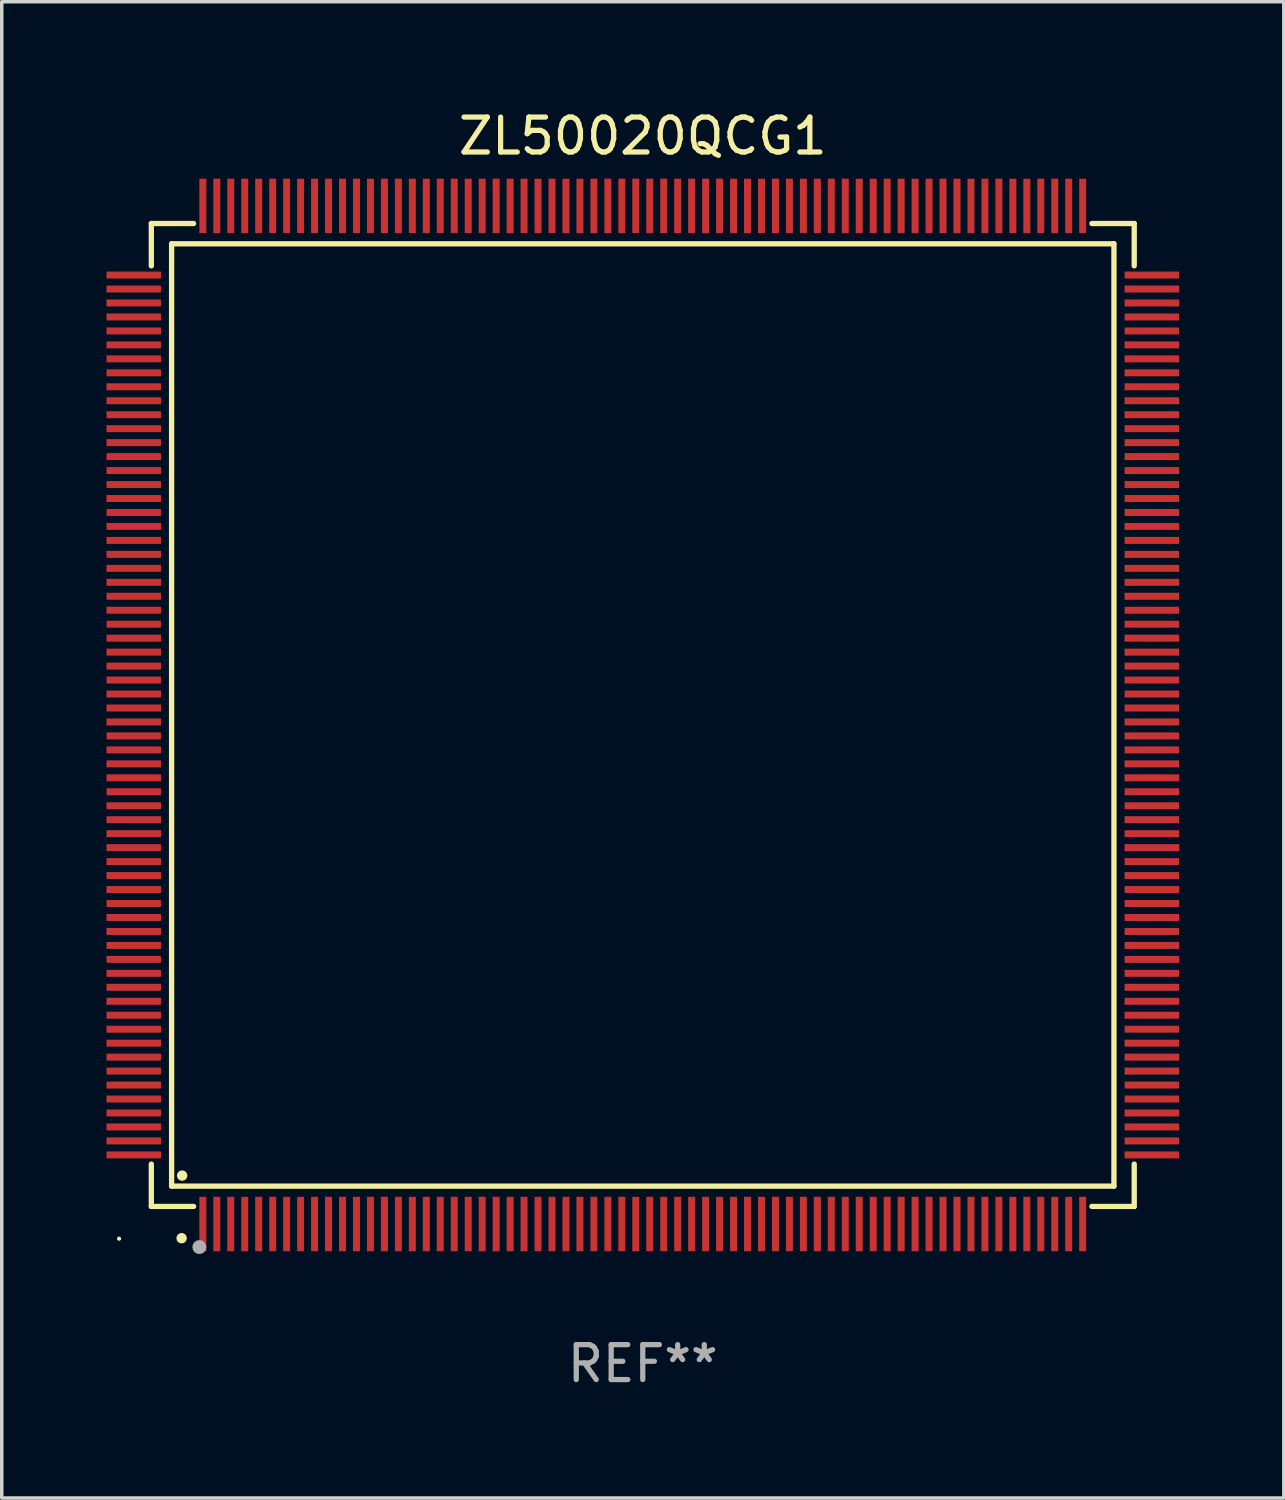
<source format=kicad_pcb>
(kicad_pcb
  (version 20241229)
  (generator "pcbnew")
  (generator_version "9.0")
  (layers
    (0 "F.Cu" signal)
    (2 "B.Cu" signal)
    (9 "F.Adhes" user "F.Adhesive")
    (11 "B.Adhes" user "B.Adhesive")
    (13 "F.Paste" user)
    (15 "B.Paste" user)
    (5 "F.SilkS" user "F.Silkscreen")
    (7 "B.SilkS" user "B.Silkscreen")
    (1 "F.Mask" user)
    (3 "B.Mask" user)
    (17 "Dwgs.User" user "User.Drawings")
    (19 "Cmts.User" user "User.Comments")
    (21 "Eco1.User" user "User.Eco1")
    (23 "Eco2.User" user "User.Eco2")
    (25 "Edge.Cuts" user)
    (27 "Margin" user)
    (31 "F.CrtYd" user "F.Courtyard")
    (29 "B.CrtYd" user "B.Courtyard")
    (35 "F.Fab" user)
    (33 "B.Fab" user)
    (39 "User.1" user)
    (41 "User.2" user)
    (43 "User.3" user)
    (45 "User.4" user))
  (footprint "ZL50020QCG1"
    (layer "F.Cu")
    (at 15.36 17.428)
    (property "Reference" "ZL50020QCG1" (at 0 -16.58 0) (layer "F.SilkS") (effects (font (size 1 1) (thickness 0.15))))
    (attr through_hole)
    (fp_line (start -14.076 -14.076) (end -14.076 -12.864) (stroke (width 0.152) (type solid)) (layer "F.SilkS"))
    (fp_line (start -14.076 14.076) (end -14.076 12.864) (stroke (width 0.152) (type solid)) (layer "F.SilkS"))
    (fp_line (start -13.495 -13.495) (end 13.495 -13.495) (stroke (width 0.152) (type solid)) (layer "F.SilkS"))
    (fp_line (start -13.495 13.495) (end -13.495 -13.495) (stroke (width 0.152) (type solid)) (layer "F.SilkS"))
    (fp_line (start -12.864 -14.076) (end -14.076 -14.076) (stroke (width 0.152) (type solid)) (layer "F.SilkS"))
    (fp_line (start -12.864 14.076) (end -14.076 14.076) (stroke (width 0.152) (type solid)) (layer "F.SilkS"))
    (fp_line (start 12.864 -14.076) (end 14.076 -14.076) (stroke (width 0.152) (type solid)) (layer "F.SilkS"))
    (fp_line (start 12.864 14.076) (end 14.076 14.076) (stroke (width 0.152) (type solid)) (layer "F.SilkS"))
    (fp_line (start 13.495 -13.495) (end 13.495 13.495) (stroke (width 0.152) (type solid)) (layer "F.SilkS"))
    (fp_line (start 13.495 13.495) (end -13.495 13.495) (stroke (width 0.152) (type solid)) (layer "F.SilkS"))
    (fp_line (start 14.076 -14.076) (end 14.076 -12.864) (stroke (width 0.152) (type solid)) (layer "F.SilkS"))
    (fp_line (start 14.076 14.076) (end 14.076 12.864) (stroke (width 0.152) (type solid)) (layer "F.SilkS"))
    (fp_circle (center -15 15) (end -14.97 15) (stroke (width 0.06) (type solid)) (fill no) (layer "F.SilkS"))
    (fp_circle (center -13.208 14.986) (end -13.133 14.986) (stroke (width 0.15) (type solid)) (fill no) (layer "F.SilkS"))
    (fp_circle (center -13.193 13.193) (end -13.118 13.193) (stroke (width 0.15) (type solid)) (fill no) (layer "F.SilkS"))
    (fp_circle (center -12.7 15.24) (end -12.6 15.24) (stroke (width 0.2) (type solid)) (fill no) (layer "F.Fab"))
    (fp_text user "REF**" (at 0 18.58 0) (layer "F.Fab") (effects (font (size 1 1) (thickness 0.15))))
    (pad "1" smd rect (at -12.6 14.58) (size 0.2 1.56) (layers "F.Cu" "F.Mask" "F.Paste"))
    (pad "2" smd rect (at -12.2 14.58) (size 0.2 1.56) (layers "F.Cu" "F.Mask" "F.Paste"))
    (pad "3" smd rect (at -11.8 14.58) (size 0.2 1.56) (layers "F.Cu" "F.Mask" "F.Paste"))
    (pad "4" smd rect (at -11.4 14.58) (size 0.2 1.56) (layers "F.Cu" "F.Mask" "F.Paste"))
    (pad "5" smd rect (at -11 14.58) (size 0.2 1.56) (layers "F.Cu" "F.Mask" "F.Paste"))
    (pad "6" smd rect (at -10.6 14.58) (size 0.2 1.56) (layers "F.Cu" "F.Mask" "F.Paste"))
    (pad "7" smd rect (at -10.2 14.58) (size 0.2 1.56) (layers "F.Cu" "F.Mask" "F.Paste"))
    (pad "8" smd rect (at -9.8 14.58) (size 0.2 1.56) (layers "F.Cu" "F.Mask" "F.Paste"))
    (pad "9" smd rect (at -9.4 14.58) (size 0.2 1.56) (layers "F.Cu" "F.Mask" "F.Paste"))
    (pad "10" smd rect (at -9 14.58) (size 0.2 1.56) (layers "F.Cu" "F.Mask" "F.Paste"))
    (pad "11" smd rect (at -8.6 14.58) (size 0.2 1.56) (layers "F.Cu" "F.Mask" "F.Paste"))
    (pad "12" smd rect (at -8.2 14.58) (size 0.2 1.56) (layers "F.Cu" "F.Mask" "F.Paste"))
    (pad "13" smd rect (at -7.8 14.58) (size 0.2 1.56) (layers "F.Cu" "F.Mask" "F.Paste"))
    (pad "14" smd rect (at -7.4 14.58) (size 0.2 1.56) (layers "F.Cu" "F.Mask" "F.Paste"))
    (pad "15" smd rect (at -7 14.58) (size 0.2 1.56) (layers "F.Cu" "F.Mask" "F.Paste"))
    (pad "16" smd rect (at -6.6 14.58) (size 0.2 1.56) (layers "F.Cu" "F.Mask" "F.Paste"))
    (pad "17" smd rect (at -6.2 14.58) (size 0.2 1.56) (layers "F.Cu" "F.Mask" "F.Paste"))
    (pad "18" smd rect (at -5.8 14.58) (size 0.2 1.56) (layers "F.Cu" "F.Mask" "F.Paste"))
    (pad "19" smd rect (at -5.4 14.58) (size 0.2 1.56) (layers "F.Cu" "F.Mask" "F.Paste"))
    (pad "20" smd rect (at -5 14.58) (size 0.2 1.56) (layers "F.Cu" "F.Mask" "F.Paste"))
    (pad "21" smd rect (at -4.6 14.58) (size 0.2 1.56) (layers "F.Cu" "F.Mask" "F.Paste"))
    (pad "22" smd rect (at -4.2 14.58) (size 0.2 1.56) (layers "F.Cu" "F.Mask" "F.Paste"))
    (pad "23" smd rect (at -3.8 14.58) (size 0.2 1.56) (layers "F.Cu" "F.Mask" "F.Paste"))
    (pad "24" smd rect (at -3.4 14.58) (size 0.2 1.56) (layers "F.Cu" "F.Mask" "F.Paste"))
    (pad "25" smd rect (at -3 14.58) (size 0.2 1.56) (layers "F.Cu" "F.Mask" "F.Paste"))
    (pad "26" smd rect (at -2.6 14.58) (size 0.2 1.56) (layers "F.Cu" "F.Mask" "F.Paste"))
    (pad "27" smd rect (at -2.2 14.58) (size 0.2 1.56) (layers "F.Cu" "F.Mask" "F.Paste"))
    (pad "28" smd rect (at -1.8 14.58) (size 0.2 1.56) (layers "F.Cu" "F.Mask" "F.Paste"))
    (pad "29" smd rect (at -1.4 14.58) (size 0.2 1.56) (layers "F.Cu" "F.Mask" "F.Paste"))
    (pad "30" smd rect (at -1 14.58) (size 0.2 1.56) (layers "F.Cu" "F.Mask" "F.Paste"))
    (pad "31" smd rect (at -0.6 14.58) (size 0.2 1.56) (layers "F.Cu" "F.Mask" "F.Paste"))
    (pad "32" smd rect (at -0.2 14.58) (size 0.2 1.56) (layers "F.Cu" "F.Mask" "F.Paste"))
    (pad "33" smd rect (at 0.2 14.58) (size 0.2 1.56) (layers "F.Cu" "F.Mask" "F.Paste"))
    (pad "34" smd rect (at 0.6 14.58) (size 0.2 1.56) (layers "F.Cu" "F.Mask" "F.Paste"))
    (pad "35" smd rect (at 1 14.58) (size 0.2 1.56) (layers "F.Cu" "F.Mask" "F.Paste"))
    (pad "36" smd rect (at 1.4 14.58) (size 0.2 1.56) (layers "F.Cu" "F.Mask" "F.Paste"))
    (pad "37" smd rect (at 1.8 14.58) (size 0.2 1.56) (layers "F.Cu" "F.Mask" "F.Paste"))
    (pad "38" smd rect (at 2.2 14.58) (size 0.2 1.56) (layers "F.Cu" "F.Mask" "F.Paste"))
    (pad "39" smd rect (at 2.6 14.58) (size 0.2 1.56) (layers "F.Cu" "F.Mask" "F.Paste"))
    (pad "40" smd rect (at 3 14.58) (size 0.2 1.56) (layers "F.Cu" "F.Mask" "F.Paste"))
    (pad "41" smd rect (at 3.4 14.58) (size 0.2 1.56) (layers "F.Cu" "F.Mask" "F.Paste"))
    (pad "42" smd rect (at 3.8 14.58) (size 0.2 1.56) (layers "F.Cu" "F.Mask" "F.Paste"))
    (pad "43" smd rect (at 4.2 14.58) (size 0.2 1.56) (layers "F.Cu" "F.Mask" "F.Paste"))
    (pad "44" smd rect (at 4.6 14.58) (size 0.2 1.56) (layers "F.Cu" "F.Mask" "F.Paste"))
    (pad "45" smd rect (at 5 14.58) (size 0.2 1.56) (layers "F.Cu" "F.Mask" "F.Paste"))
    (pad "46" smd rect (at 5.4 14.58) (size 0.2 1.56) (layers "F.Cu" "F.Mask" "F.Paste"))
    (pad "47" smd rect (at 5.8 14.58) (size 0.2 1.56) (layers "F.Cu" "F.Mask" "F.Paste"))
    (pad "48" smd rect (at 6.2 14.58) (size 0.2 1.56) (layers "F.Cu" "F.Mask" "F.Paste"))
    (pad "49" smd rect (at 6.6 14.58) (size 0.2 1.56) (layers "F.Cu" "F.Mask" "F.Paste"))
    (pad "50" smd rect (at 7 14.58) (size 0.2 1.56) (layers "F.Cu" "F.Mask" "F.Paste"))
    (pad "51" smd rect (at 7.4 14.58) (size 0.2 1.56) (layers "F.Cu" "F.Mask" "F.Paste"))
    (pad "52" smd rect (at 7.8 14.58) (size 0.2 1.56) (layers "F.Cu" "F.Mask" "F.Paste"))
    (pad "53" smd rect (at 8.2 14.58) (size 0.2 1.56) (layers "F.Cu" "F.Mask" "F.Paste"))
    (pad "54" smd rect (at 8.6 14.58) (size 0.2 1.56) (layers "F.Cu" "F.Mask" "F.Paste"))
    (pad "55" smd rect (at 9 14.58) (size 0.2 1.56) (layers "F.Cu" "F.Mask" "F.Paste"))
    (pad "56" smd rect (at 9.4 14.58) (size 0.2 1.56) (layers "F.Cu" "F.Mask" "F.Paste"))
    (pad "57" smd rect (at 9.8 14.58) (size 0.2 1.56) (layers "F.Cu" "F.Mask" "F.Paste"))
    (pad "58" smd rect (at 10.2 14.58) (size 0.2 1.56) (layers "F.Cu" "F.Mask" "F.Paste"))
    (pad "59" smd rect (at 10.6 14.58) (size 0.2 1.56) (layers "F.Cu" "F.Mask" "F.Paste"))
    (pad "60" smd rect (at 11 14.58) (size 0.2 1.56) (layers "F.Cu" "F.Mask" "F.Paste"))
    (pad "61" smd rect (at 11.4 14.58) (size 0.2 1.56) (layers "F.Cu" "F.Mask" "F.Paste"))
    (pad "62" smd rect (at 11.8 14.58) (size 0.2 1.56) (layers "F.Cu" "F.Mask" "F.Paste"))
    (pad "63" smd rect (at 12.2 14.58) (size 0.2 1.56) (layers "F.Cu" "F.Mask" "F.Paste"))
    (pad "64" smd rect (at 12.6 14.58) (size 0.2 1.56) (layers "F.Cu" "F.Mask" "F.Paste"))
    (pad "65" smd rect (at 14.58 12.6) (size 1.56 0.2) (layers "F.Cu" "F.Mask" "F.Paste"))
    (pad "66" smd rect (at 14.58 12.2) (size 1.56 0.2) (layers "F.Cu" "F.Mask" "F.Paste"))
    (pad "67" smd rect (at 14.58 11.8) (size 1.56 0.2) (layers "F.Cu" "F.Mask" "F.Paste"))
    (pad "68" smd rect (at 14.58 11.4) (size 1.56 0.2) (layers "F.Cu" "F.Mask" "F.Paste"))
    (pad "69" smd rect (at 14.58 11) (size 1.56 0.2) (layers "F.Cu" "F.Mask" "F.Paste"))
    (pad "70" smd rect (at 14.58 10.6) (size 1.56 0.2) (layers "F.Cu" "F.Mask" "F.Paste"))
    (pad "71" smd rect (at 14.58 10.2) (size 1.56 0.2) (layers "F.Cu" "F.Mask" "F.Paste"))
    (pad "72" smd rect (at 14.58 9.8) (size 1.56 0.2) (layers "F.Cu" "F.Mask" "F.Paste"))
    (pad "73" smd rect (at 14.58 9.4) (size 1.56 0.2) (layers "F.Cu" "F.Mask" "F.Paste"))
    (pad "74" smd rect (at 14.58 9) (size 1.56 0.2) (layers "F.Cu" "F.Mask" "F.Paste"))
    (pad "75" smd rect (at 14.58 8.6) (size 1.56 0.2) (layers "F.Cu" "F.Mask" "F.Paste"))
    (pad "76" smd rect (at 14.58 8.2) (size 1.56 0.2) (layers "F.Cu" "F.Mask" "F.Paste"))
    (pad "77" smd rect (at 14.58 7.8) (size 1.56 0.2) (layers "F.Cu" "F.Mask" "F.Paste"))
    (pad "78" smd rect (at 14.58 7.4) (size 1.56 0.2) (layers "F.Cu" "F.Mask" "F.Paste"))
    (pad "79" smd rect (at 14.58 7) (size 1.56 0.2) (layers "F.Cu" "F.Mask" "F.Paste"))
    (pad "80" smd rect (at 14.58 6.6) (size 1.56 0.2) (layers "F.Cu" "F.Mask" "F.Paste"))
    (pad "81" smd rect (at 14.58 6.2) (size 1.56 0.2) (layers "F.Cu" "F.Mask" "F.Paste"))
    (pad "82" smd rect (at 14.58 5.8) (size 1.56 0.2) (layers "F.Cu" "F.Mask" "F.Paste"))
    (pad "83" smd rect (at 14.58 5.4) (size 1.56 0.2) (layers "F.Cu" "F.Mask" "F.Paste"))
    (pad "84" smd rect (at 14.58 5) (size 1.56 0.2) (layers "F.Cu" "F.Mask" "F.Paste"))
    (pad "85" smd rect (at 14.58 4.6) (size 1.56 0.2) (layers "F.Cu" "F.Mask" "F.Paste"))
    (pad "86" smd rect (at 14.58 4.2) (size 1.56 0.2) (layers "F.Cu" "F.Mask" "F.Paste"))
    (pad "87" smd rect (at 14.58 3.8) (size 1.56 0.2) (layers "F.Cu" "F.Mask" "F.Paste"))
    (pad "88" smd rect (at 14.58 3.4) (size 1.56 0.2) (layers "F.Cu" "F.Mask" "F.Paste"))
    (pad "89" smd rect (at 14.58 3) (size 1.56 0.2) (layers "F.Cu" "F.Mask" "F.Paste"))
    (pad "90" smd rect (at 14.58 2.6) (size 1.56 0.2) (layers "F.Cu" "F.Mask" "F.Paste"))
    (pad "91" smd rect (at 14.58 2.2) (size 1.56 0.2) (layers "F.Cu" "F.Mask" "F.Paste"))
    (pad "92" smd rect (at 14.58 1.8) (size 1.56 0.2) (layers "F.Cu" "F.Mask" "F.Paste"))
    (pad "93" smd rect (at 14.58 1.4) (size 1.56 0.2) (layers "F.Cu" "F.Mask" "F.Paste"))
    (pad "94" smd rect (at 14.58 1) (size 1.56 0.2) (layers "F.Cu" "F.Mask" "F.Paste"))
    (pad "95" smd rect (at 14.58 0.6) (size 1.56 0.2) (layers "F.Cu" "F.Mask" "F.Paste"))
    (pad "96" smd rect (at 14.58 0.2) (size 1.56 0.2) (layers "F.Cu" "F.Mask" "F.Paste"))
    (pad "97" smd rect (at 14.58 -0.2) (size 1.56 0.2) (layers "F.Cu" "F.Mask" "F.Paste"))
    (pad "98" smd rect (at 14.58 -0.6) (size 1.56 0.2) (layers "F.Cu" "F.Mask" "F.Paste"))
    (pad "99" smd rect (at 14.58 -1) (size 1.56 0.2) (layers "F.Cu" "F.Mask" "F.Paste"))
    (pad "100" smd rect (at 14.58 -1.4) (size 1.56 0.2) (layers "F.Cu" "F.Mask" "F.Paste"))
    (pad "101" smd rect (at 14.58 -1.8) (size 1.56 0.2) (layers "F.Cu" "F.Mask" "F.Paste"))
    (pad "102" smd rect (at 14.58 -2.2) (size 1.56 0.2) (layers "F.Cu" "F.Mask" "F.Paste"))
    (pad "103" smd rect (at 14.58 -2.6) (size 1.56 0.2) (layers "F.Cu" "F.Mask" "F.Paste"))
    (pad "104" smd rect (at 14.58 -3) (size 1.56 0.2) (layers "F.Cu" "F.Mask" "F.Paste"))
    (pad "105" smd rect (at 14.58 -3.4) (size 1.56 0.2) (layers "F.Cu" "F.Mask" "F.Paste"))
    (pad "106" smd rect (at 14.58 -3.8) (size 1.56 0.2) (layers "F.Cu" "F.Mask" "F.Paste"))
    (pad "107" smd rect (at 14.58 -4.2) (size 1.56 0.2) (layers "F.Cu" "F.Mask" "F.Paste"))
    (pad "108" smd rect (at 14.58 -4.6) (size 1.56 0.2) (layers "F.Cu" "F.Mask" "F.Paste"))
    (pad "109" smd rect (at 14.58 -5) (size 1.56 0.2) (layers "F.Cu" "F.Mask" "F.Paste"))
    (pad "110" smd rect (at 14.58 -5.4) (size 1.56 0.2) (layers "F.Cu" "F.Mask" "F.Paste"))
    (pad "111" smd rect (at 14.58 -5.8) (size 1.56 0.2) (layers "F.Cu" "F.Mask" "F.Paste"))
    (pad "112" smd rect (at 14.58 -6.2) (size 1.56 0.2) (layers "F.Cu" "F.Mask" "F.Paste"))
    (pad "113" smd rect (at 14.58 -6.6) (size 1.56 0.2) (layers "F.Cu" "F.Mask" "F.Paste"))
    (pad "114" smd rect (at 14.58 -7) (size 1.56 0.2) (layers "F.Cu" "F.Mask" "F.Paste"))
    (pad "115" smd rect (at 14.58 -7.4) (size 1.56 0.2) (layers "F.Cu" "F.Mask" "F.Paste"))
    (pad "116" smd rect (at 14.58 -7.8) (size 1.56 0.2) (layers "F.Cu" "F.Mask" "F.Paste"))
    (pad "117" smd rect (at 14.58 -8.2) (size 1.56 0.2) (layers "F.Cu" "F.Mask" "F.Paste"))
    (pad "118" smd rect (at 14.58 -8.6) (size 1.56 0.2) (layers "F.Cu" "F.Mask" "F.Paste"))
    (pad "119" smd rect (at 14.58 -9) (size 1.56 0.2) (layers "F.Cu" "F.Mask" "F.Paste"))
    (pad "120" smd rect (at 14.58 -9.4) (size 1.56 0.2) (layers "F.Cu" "F.Mask" "F.Paste"))
    (pad "121" smd rect (at 14.58 -9.8) (size 1.56 0.2) (layers "F.Cu" "F.Mask" "F.Paste"))
    (pad "122" smd rect (at 14.58 -10.2) (size 1.56 0.2) (layers "F.Cu" "F.Mask" "F.Paste"))
    (pad "123" smd rect (at 14.58 -10.6) (size 1.56 0.2) (layers "F.Cu" "F.Mask" "F.Paste"))
    (pad "124" smd rect (at 14.58 -11) (size 1.56 0.2) (layers "F.Cu" "F.Mask" "F.Paste"))
    (pad "125" smd rect (at 14.58 -11.4) (size 1.56 0.2) (layers "F.Cu" "F.Mask" "F.Paste"))
    (pad "126" smd rect (at 14.58 -11.8) (size 1.56 0.2) (layers "F.Cu" "F.Mask" "F.Paste"))
    (pad "127" smd rect (at 14.58 -12.2) (size 1.56 0.2) (layers "F.Cu" "F.Mask" "F.Paste"))
    (pad "128" smd rect (at 14.58 -12.6) (size 1.56 0.2) (layers "F.Cu" "F.Mask" "F.Paste"))
    (pad "129" smd rect (at 12.6 -14.58) (size 0.2 1.56) (layers "F.Cu" "F.Mask" "F.Paste"))
    (pad "130" smd rect (at 12.2 -14.58) (size 0.2 1.56) (layers "F.Cu" "F.Mask" "F.Paste"))
    (pad "131" smd rect (at 11.8 -14.58) (size 0.2 1.56) (layers "F.Cu" "F.Mask" "F.Paste"))
    (pad "132" smd rect (at 11.4 -14.58) (size 0.2 1.56) (layers "F.Cu" "F.Mask" "F.Paste"))
    (pad "133" smd rect (at 11 -14.58) (size 0.2 1.56) (layers "F.Cu" "F.Mask" "F.Paste"))
    (pad "134" smd rect (at 10.6 -14.58) (size 0.2 1.56) (layers "F.Cu" "F.Mask" "F.Paste"))
    (pad "135" smd rect (at 10.2 -14.58) (size 0.2 1.56) (layers "F.Cu" "F.Mask" "F.Paste"))
    (pad "136" smd rect (at 9.8 -14.58) (size 0.2 1.56) (layers "F.Cu" "F.Mask" "F.Paste"))
    (pad "137" smd rect (at 9.4 -14.58) (size 0.2 1.56) (layers "F.Cu" "F.Mask" "F.Paste"))
    (pad "138" smd rect (at 9 -14.58) (size 0.2 1.56) (layers "F.Cu" "F.Mask" "F.Paste"))
    (pad "139" smd rect (at 8.6 -14.58) (size 0.2 1.56) (layers "F.Cu" "F.Mask" "F.Paste"))
    (pad "140" smd rect (at 8.2 -14.58) (size 0.2 1.56) (layers "F.Cu" "F.Mask" "F.Paste"))
    (pad "141" smd rect (at 7.8 -14.58) (size 0.2 1.56) (layers "F.Cu" "F.Mask" "F.Paste"))
    (pad "142" smd rect (at 7.4 -14.58) (size 0.2 1.56) (layers "F.Cu" "F.Mask" "F.Paste"))
    (pad "143" smd rect (at 7 -14.58) (size 0.2 1.56) (layers "F.Cu" "F.Mask" "F.Paste"))
    (pad "144" smd rect (at 6.6 -14.58) (size 0.2 1.56) (layers "F.Cu" "F.Mask" "F.Paste"))
    (pad "145" smd rect (at 6.2 -14.58) (size 0.2 1.56) (layers "F.Cu" "F.Mask" "F.Paste"))
    (pad "146" smd rect (at 5.8 -14.58) (size 0.2 1.56) (layers "F.Cu" "F.Mask" "F.Paste"))
    (pad "147" smd rect (at 5.4 -14.58) (size 0.2 1.56) (layers "F.Cu" "F.Mask" "F.Paste"))
    (pad "148" smd rect (at 5 -14.58) (size 0.2 1.56) (layers "F.Cu" "F.Mask" "F.Paste"))
    (pad "149" smd rect (at 4.6 -14.58) (size 0.2 1.56) (layers "F.Cu" "F.Mask" "F.Paste"))
    (pad "150" smd rect (at 4.2 -14.58) (size 0.2 1.56) (layers "F.Cu" "F.Mask" "F.Paste"))
    (pad "151" smd rect (at 3.8 -14.58) (size 0.2 1.56) (layers "F.Cu" "F.Mask" "F.Paste"))
    (pad "152" smd rect (at 3.4 -14.58) (size 0.2 1.56) (layers "F.Cu" "F.Mask" "F.Paste"))
    (pad "153" smd rect (at 3 -14.58) (size 0.2 1.56) (layers "F.Cu" "F.Mask" "F.Paste"))
    (pad "154" smd rect (at 2.6 -14.58) (size 0.2 1.56) (layers "F.Cu" "F.Mask" "F.Paste"))
    (pad "155" smd rect (at 2.2 -14.58) (size 0.2 1.56) (layers "F.Cu" "F.Mask" "F.Paste"))
    (pad "156" smd rect (at 1.8 -14.58) (size 0.2 1.56) (layers "F.Cu" "F.Mask" "F.Paste"))
    (pad "157" smd rect (at 1.4 -14.58) (size 0.2 1.56) (layers "F.Cu" "F.Mask" "F.Paste"))
    (pad "158" smd rect (at 1 -14.58) (size 0.2 1.56) (layers "F.Cu" "F.Mask" "F.Paste"))
    (pad "159" smd rect (at 0.6 -14.58) (size 0.2 1.56) (layers "F.Cu" "F.Mask" "F.Paste"))
    (pad "160" smd rect (at 0.2 -14.58) (size 0.2 1.56) (layers "F.Cu" "F.Mask" "F.Paste"))
    (pad "161" smd rect (at -0.2 -14.58) (size 0.2 1.56) (layers "F.Cu" "F.Mask" "F.Paste"))
    (pad "162" smd rect (at -0.6 -14.58) (size 0.2 1.56) (layers "F.Cu" "F.Mask" "F.Paste"))
    (pad "163" smd rect (at -1 -14.58) (size 0.2 1.56) (layers "F.Cu" "F.Mask" "F.Paste"))
    (pad "164" smd rect (at -1.4 -14.58) (size 0.2 1.56) (layers "F.Cu" "F.Mask" "F.Paste"))
    (pad "165" smd rect (at -1.8 -14.58) (size 0.2 1.56) (layers "F.Cu" "F.Mask" "F.Paste"))
    (pad "166" smd rect (at -2.2 -14.58) (size 0.2 1.56) (layers "F.Cu" "F.Mask" "F.Paste"))
    (pad "167" smd rect (at -2.6 -14.58) (size 0.2 1.56) (layers "F.Cu" "F.Mask" "F.Paste"))
    (pad "168" smd rect (at -3 -14.58) (size 0.2 1.56) (layers "F.Cu" "F.Mask" "F.Paste"))
    (pad "169" smd rect (at -3.4 -14.58) (size 0.2 1.56) (layers "F.Cu" "F.Mask" "F.Paste"))
    (pad "170" smd rect (at -3.8 -14.58) (size 0.2 1.56) (layers "F.Cu" "F.Mask" "F.Paste"))
    (pad "171" smd rect (at -4.2 -14.58) (size 0.2 1.56) (layers "F.Cu" "F.Mask" "F.Paste"))
    (pad "172" smd rect (at -4.6 -14.58) (size 0.2 1.56) (layers "F.Cu" "F.Mask" "F.Paste"))
    (pad "173" smd rect (at -5 -14.58) (size 0.2 1.56) (layers "F.Cu" "F.Mask" "F.Paste"))
    (pad "174" smd rect (at -5.4 -14.58) (size 0.2 1.56) (layers "F.Cu" "F.Mask" "F.Paste"))
    (pad "175" smd rect (at -5.8 -14.58) (size 0.2 1.56) (layers "F.Cu" "F.Mask" "F.Paste"))
    (pad "176" smd rect (at -6.2 -14.58) (size 0.2 1.56) (layers "F.Cu" "F.Mask" "F.Paste"))
    (pad "177" smd rect (at -6.6 -14.58) (size 0.2 1.56) (layers "F.Cu" "F.Mask" "F.Paste"))
    (pad "178" smd rect (at -7 -14.58) (size 0.2 1.56) (layers "F.Cu" "F.Mask" "F.Paste"))
    (pad "179" smd rect (at -7.4 -14.58) (size 0.2 1.56) (layers "F.Cu" "F.Mask" "F.Paste"))
    (pad "180" smd rect (at -7.8 -14.58) (size 0.2 1.56) (layers "F.Cu" "F.Mask" "F.Paste"))
    (pad "181" smd rect (at -8.2 -14.58) (size 0.2 1.56) (layers "F.Cu" "F.Mask" "F.Paste"))
    (pad "182" smd rect (at -8.6 -14.58) (size 0.2 1.56) (layers "F.Cu" "F.Mask" "F.Paste"))
    (pad "183" smd rect (at -9 -14.58) (size 0.2 1.56) (layers "F.Cu" "F.Mask" "F.Paste"))
    (pad "184" smd rect (at -9.4 -14.58) (size 0.2 1.56) (layers "F.Cu" "F.Mask" "F.Paste"))
    (pad "185" smd rect (at -9.8 -14.58) (size 0.2 1.56) (layers "F.Cu" "F.Mask" "F.Paste"))
    (pad "186" smd rect (at -10.2 -14.58) (size 0.2 1.56) (layers "F.Cu" "F.Mask" "F.Paste"))
    (pad "187" smd rect (at -10.6 -14.58) (size 0.2 1.56) (layers "F.Cu" "F.Mask" "F.Paste"))
    (pad "188" smd rect (at -11 -14.58) (size 0.2 1.56) (layers "F.Cu" "F.Mask" "F.Paste"))
    (pad "189" smd rect (at -11.4 -14.58) (size 0.2 1.56) (layers "F.Cu" "F.Mask" "F.Paste"))
    (pad "190" smd rect (at -11.8 -14.58) (size 0.2 1.56) (layers "F.Cu" "F.Mask" "F.Paste"))
    (pad "191" smd rect (at -12.2 -14.58) (size 0.2 1.56) (layers "F.Cu" "F.Mask" "F.Paste"))
    (pad "192" smd rect (at -12.6 -14.58) (size 0.2 1.56) (layers "F.Cu" "F.Mask" "F.Paste"))
    (pad "193" smd rect (at -14.58 -12.6) (size 1.56 0.2) (layers "F.Cu" "F.Mask" "F.Paste"))
    (pad "194" smd rect (at -14.58 -12.2) (size 1.56 0.2) (layers "F.Cu" "F.Mask" "F.Paste"))
    (pad "195" smd rect (at -14.58 -11.8) (size 1.56 0.2) (layers "F.Cu" "F.Mask" "F.Paste"))
    (pad "196" smd rect (at -14.58 -11.4) (size 1.56 0.2) (layers "F.Cu" "F.Mask" "F.Paste"))
    (pad "197" smd rect (at -14.58 -11) (size 1.56 0.2) (layers "F.Cu" "F.Mask" "F.Paste"))
    (pad "198" smd rect (at -14.58 -10.6) (size 1.56 0.2) (layers "F.Cu" "F.Mask" "F.Paste"))
    (pad "199" smd rect (at -14.58 -10.2) (size 1.56 0.2) (layers "F.Cu" "F.Mask" "F.Paste"))
    (pad "200" smd rect (at -14.58 -9.8) (size 1.56 0.2) (layers "F.Cu" "F.Mask" "F.Paste"))
    (pad "201" smd rect (at -14.58 -9.4) (size 1.56 0.2) (layers "F.Cu" "F.Mask" "F.Paste"))
    (pad "202" smd rect (at -14.58 -9) (size 1.56 0.2) (layers "F.Cu" "F.Mask" "F.Paste"))
    (pad "203" smd rect (at -14.58 -8.6) (size 1.56 0.2) (layers "F.Cu" "F.Mask" "F.Paste"))
    (pad "204" smd rect (at -14.58 -8.2) (size 1.56 0.2) (layers "F.Cu" "F.Mask" "F.Paste"))
    (pad "205" smd rect (at -14.58 -7.8) (size 1.56 0.2) (layers "F.Cu" "F.Mask" "F.Paste"))
    (pad "206" smd rect (at -14.58 -7.4) (size 1.56 0.2) (layers "F.Cu" "F.Mask" "F.Paste"))
    (pad "207" smd rect (at -14.58 -7) (size 1.56 0.2) (layers "F.Cu" "F.Mask" "F.Paste"))
    (pad "208" smd rect (at -14.58 -6.6) (size 1.56 0.2) (layers "F.Cu" "F.Mask" "F.Paste"))
    (pad "209" smd rect (at -14.58 -6.2) (size 1.56 0.2) (layers "F.Cu" "F.Mask" "F.Paste"))
    (pad "210" smd rect (at -14.58 -5.8) (size 1.56 0.2) (layers "F.Cu" "F.Mask" "F.Paste"))
    (pad "211" smd rect (at -14.58 -5.4) (size 1.56 0.2) (layers "F.Cu" "F.Mask" "F.Paste"))
    (pad "212" smd rect (at -14.58 -5) (size 1.56 0.2) (layers "F.Cu" "F.Mask" "F.Paste"))
    (pad "213" smd rect (at -14.58 -4.6) (size 1.56 0.2) (layers "F.Cu" "F.Mask" "F.Paste"))
    (pad "214" smd rect (at -14.58 -4.2) (size 1.56 0.2) (layers "F.Cu" "F.Mask" "F.Paste"))
    (pad "215" smd rect (at -14.58 -3.8) (size 1.56 0.2) (layers "F.Cu" "F.Mask" "F.Paste"))
    (pad "216" smd rect (at -14.58 -3.4) (size 1.56 0.2) (layers "F.Cu" "F.Mask" "F.Paste"))
    (pad "217" smd rect (at -14.58 -3) (size 1.56 0.2) (layers "F.Cu" "F.Mask" "F.Paste"))
    (pad "218" smd rect (at -14.58 -2.6) (size 1.56 0.2) (layers "F.Cu" "F.Mask" "F.Paste"))
    (pad "219" smd rect (at -14.58 -2.2) (size 1.56 0.2) (layers "F.Cu" "F.Mask" "F.Paste"))
    (pad "220" smd rect (at -14.58 -1.8) (size 1.56 0.2) (layers "F.Cu" "F.Mask" "F.Paste"))
    (pad "221" smd rect (at -14.58 -1.4) (size 1.56 0.2) (layers "F.Cu" "F.Mask" "F.Paste"))
    (pad "222" smd rect (at -14.58 -1) (size 1.56 0.2) (layers "F.Cu" "F.Mask" "F.Paste"))
    (pad "223" smd rect (at -14.58 -0.6) (size 1.56 0.2) (layers "F.Cu" "F.Mask" "F.Paste"))
    (pad "224" smd rect (at -14.58 -0.2) (size 1.56 0.2) (layers "F.Cu" "F.Mask" "F.Paste"))
    (pad "225" smd rect (at -14.58 0.2) (size 1.56 0.2) (layers "F.Cu" "F.Mask" "F.Paste"))
    (pad "226" smd rect (at -14.58 0.6) (size 1.56 0.2) (layers "F.Cu" "F.Mask" "F.Paste"))
    (pad "227" smd rect (at -14.58 1) (size 1.56 0.2) (layers "F.Cu" "F.Mask" "F.Paste"))
    (pad "228" smd rect (at -14.58 1.4) (size 1.56 0.2) (layers "F.Cu" "F.Mask" "F.Paste"))
    (pad "229" smd rect (at -14.58 1.8) (size 1.56 0.2) (layers "F.Cu" "F.Mask" "F.Paste"))
    (pad "230" smd rect (at -14.58 2.2) (size 1.56 0.2) (layers "F.Cu" "F.Mask" "F.Paste"))
    (pad "231" smd rect (at -14.58 2.6) (size 1.56 0.2) (layers "F.Cu" "F.Mask" "F.Paste"))
    (pad "232" smd rect (at -14.58 3) (size 1.56 0.2) (layers "F.Cu" "F.Mask" "F.Paste"))
    (pad "233" smd rect (at -14.58 3.4) (size 1.56 0.2) (layers "F.Cu" "F.Mask" "F.Paste"))
    (pad "234" smd rect (at -14.58 3.8) (size 1.56 0.2) (layers "F.Cu" "F.Mask" "F.Paste"))
    (pad "235" smd rect (at -14.58 4.2) (size 1.56 0.2) (layers "F.Cu" "F.Mask" "F.Paste"))
    (pad "236" smd rect (at -14.58 4.6) (size 1.56 0.2) (layers "F.Cu" "F.Mask" "F.Paste"))
    (pad "237" smd rect (at -14.58 5) (size 1.56 0.2) (layers "F.Cu" "F.Mask" "F.Paste"))
    (pad "238" smd rect (at -14.58 5.4) (size 1.56 0.2) (layers "F.Cu" "F.Mask" "F.Paste"))
    (pad "239" smd rect (at -14.58 5.8) (size 1.56 0.2) (layers "F.Cu" "F.Mask" "F.Paste"))
    (pad "240" smd rect (at -14.58 6.2) (size 1.56 0.2) (layers "F.Cu" "F.Mask" "F.Paste"))
    (pad "241" smd rect (at -14.58 6.6) (size 1.56 0.2) (layers "F.Cu" "F.Mask" "F.Paste"))
    (pad "242" smd rect (at -14.58 7) (size 1.56 0.2) (layers "F.Cu" "F.Mask" "F.Paste"))
    (pad "243" smd rect (at -14.58 7.4) (size 1.56 0.2) (layers "F.Cu" "F.Mask" "F.Paste"))
    (pad "244" smd rect (at -14.58 7.8) (size 1.56 0.2) (layers "F.Cu" "F.Mask" "F.Paste"))
    (pad "245" smd rect (at -14.58 8.2) (size 1.56 0.2) (layers "F.Cu" "F.Mask" "F.Paste"))
    (pad "246" smd rect (at -14.58 8.6) (size 1.56 0.2) (layers "F.Cu" "F.Mask" "F.Paste"))
    (pad "247" smd rect (at -14.58 9) (size 1.56 0.2) (layers "F.Cu" "F.Mask" "F.Paste"))
    (pad "248" smd rect (at -14.58 9.4) (size 1.56 0.2) (layers "F.Cu" "F.Mask" "F.Paste"))
    (pad "249" smd rect (at -14.58 9.8) (size 1.56 0.2) (layers "F.Cu" "F.Mask" "F.Paste"))
    (pad "250" smd rect (at -14.58 10.2) (size 1.56 0.2) (layers "F.Cu" "F.Mask" "F.Paste"))
    (pad "251" smd rect (at -14.58 10.6) (size 1.56 0.2) (layers "F.Cu" "F.Mask" "F.Paste"))
    (pad "252" smd rect (at -14.58 11) (size 1.56 0.2) (layers "F.Cu" "F.Mask" "F.Paste"))
    (pad "253" smd rect (at -14.58 11.4) (size 1.56 0.2) (layers "F.Cu" "F.Mask" "F.Paste"))
    (pad "254" smd rect (at -14.58 11.8) (size 1.56 0.2) (layers "F.Cu" "F.Mask" "F.Paste"))
    (pad "255" smd rect (at -14.58 12.2) (size 1.56 0.2) (layers "F.Cu" "F.Mask" "F.Paste"))
    (pad "256" smd rect (at -14.58 12.6) (size 1.56 0.2) (layers "F.Cu" "F.Mask" "F.Paste")))
  (gr_rect
    (start -3 -3)
    (end 33.72 39.856)
    (stroke (width 0.1) (type default))
    (fill no)
    (layer "Edge.Cuts")))
</source>
